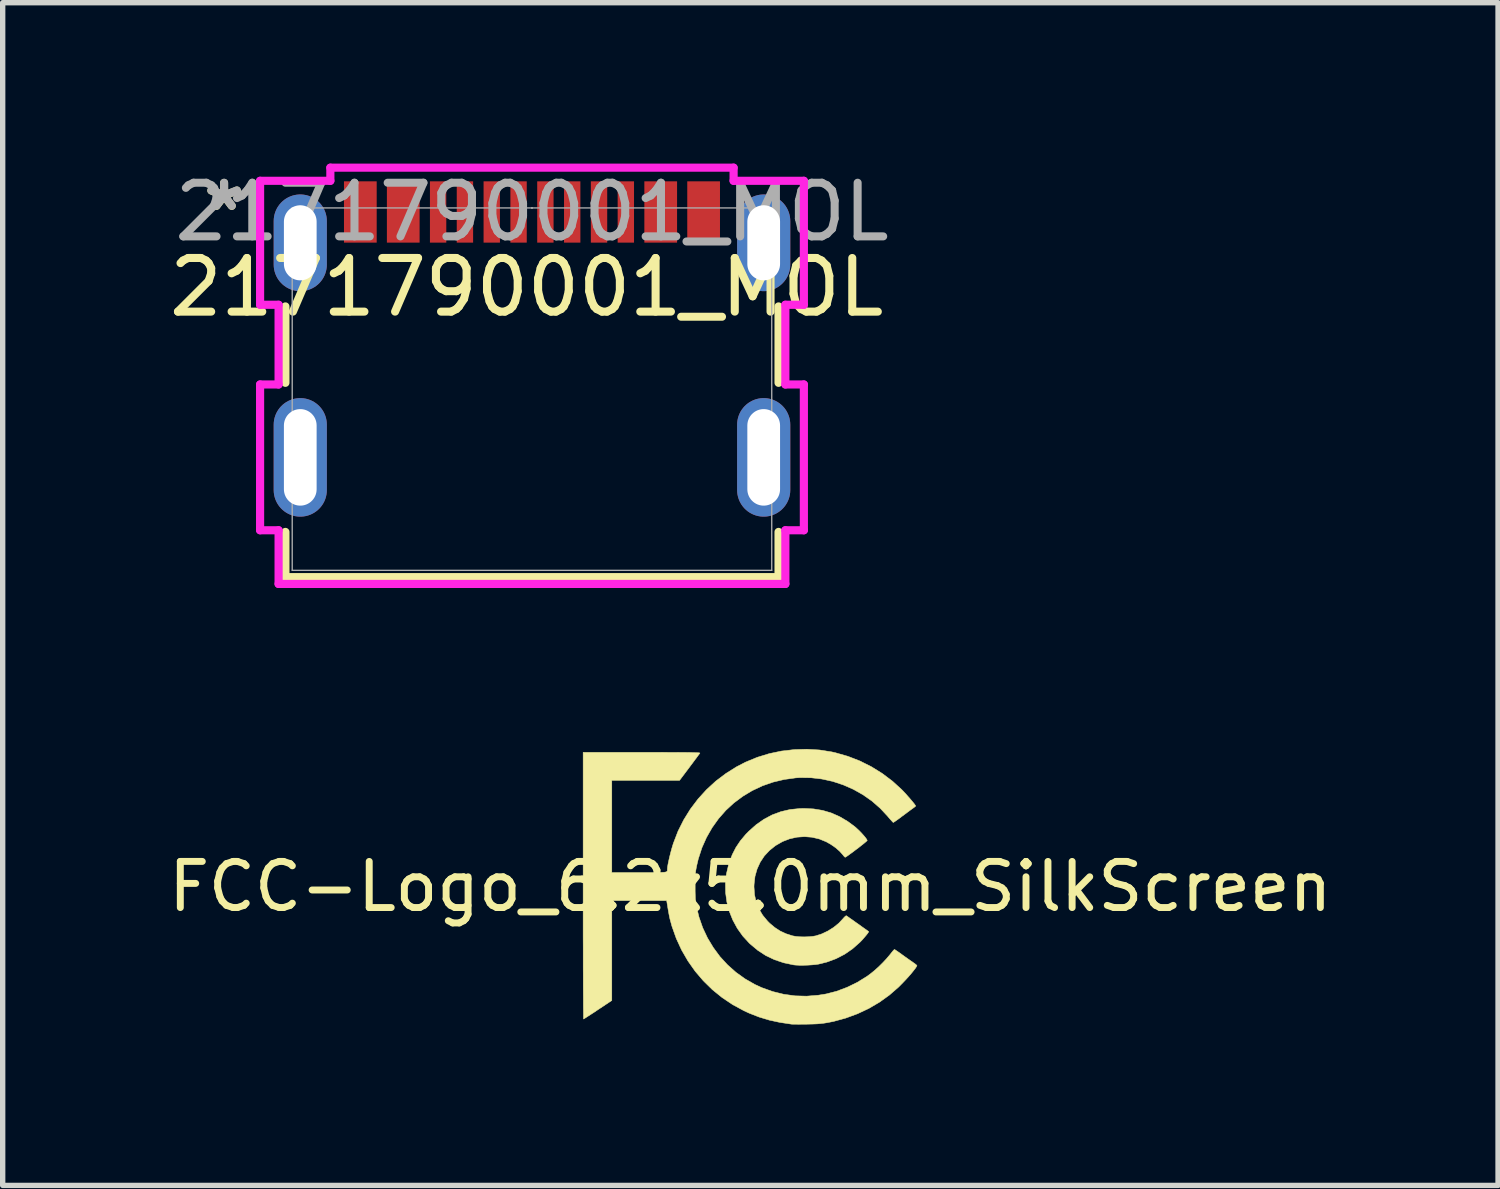
<source format=kicad_pcb>
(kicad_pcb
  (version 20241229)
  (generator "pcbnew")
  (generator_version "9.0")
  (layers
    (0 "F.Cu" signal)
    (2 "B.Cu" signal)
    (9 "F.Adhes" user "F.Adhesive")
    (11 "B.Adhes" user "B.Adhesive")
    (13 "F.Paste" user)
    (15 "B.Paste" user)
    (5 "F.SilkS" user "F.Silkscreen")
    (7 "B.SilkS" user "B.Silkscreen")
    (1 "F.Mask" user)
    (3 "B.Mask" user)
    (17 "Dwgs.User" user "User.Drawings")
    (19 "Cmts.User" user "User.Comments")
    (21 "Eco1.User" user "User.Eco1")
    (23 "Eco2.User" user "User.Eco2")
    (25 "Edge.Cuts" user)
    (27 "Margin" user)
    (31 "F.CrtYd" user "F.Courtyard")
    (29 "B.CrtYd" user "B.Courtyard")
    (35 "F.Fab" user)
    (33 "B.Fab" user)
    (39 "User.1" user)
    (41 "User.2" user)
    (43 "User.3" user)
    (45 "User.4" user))
  (footprint "2171790001_MOL"
    (layer "F.Cu")
    (at 6.868 4.205)
    (property "Reference" "2171790001_MOL" (at -0.1 -1.9 0) (unlocked yes) (layer "F.SilkS") (effects (font (size 1 1) (thickness 0.15))))
    (attr smd)
    (fp_line (start -4.597 -1.542) (end -4.597 -0.118) (stroke (width 0.152) (type solid)) (layer "F.SilkS"))
    (fp_line (start -4.597 2.662) (end -4.597 3.505) (stroke (width 0.152) (type solid)) (layer "F.SilkS"))
    (fp_line (start -4.597 3.505) (end 4.597 3.505) (stroke (width 0.152) (type solid)) (layer "F.SilkS"))
    (fp_line (start 4.597 -0.118) (end 4.597 -1.542) (stroke (width 0.152) (type solid)) (layer "F.SilkS"))
    (fp_line (start 4.597 3.505) (end 4.597 2.662) (stroke (width 0.152) (type solid)) (layer "F.SilkS"))
    (fp_line (start -5.069 -3.884) (end -5.069 -1.573) (stroke (width 0.152) (type solid)) (layer "F.CrtYd"))
    (fp_line (start -5.069 -1.573) (end -4.724 -1.573) (stroke (width 0.152) (type solid)) (layer "F.CrtYd"))
    (fp_line (start -5.069 -0.087) (end -5.069 2.631) (stroke (width 0.152) (type solid)) (layer "F.CrtYd"))
    (fp_line (start -5.069 2.631) (end -4.724 2.631) (stroke (width 0.152) (type solid)) (layer "F.CrtYd"))
    (fp_line (start -4.724 -1.573) (end -4.724 -0.087) (stroke (width 0.152) (type solid)) (layer "F.CrtYd"))
    (fp_line (start -4.724 -0.087) (end -5.069 -0.087) (stroke (width 0.152) (type solid)) (layer "F.CrtYd"))
    (fp_line (start -4.724 2.631) (end -4.724 3.632) (stroke (width 0.152) (type solid)) (layer "F.CrtYd"))
    (fp_line (start -4.724 3.632) (end 4.724 3.632) (stroke (width 0.152) (type solid)) (layer "F.CrtYd"))
    (fp_line (start -3.759 -4.129) (end -3.759 -3.884) (stroke (width 0.152) (type solid)) (layer "F.CrtYd"))
    (fp_line (start -3.759 -3.884) (end -5.069 -3.884) (stroke (width 0.152) (type solid)) (layer "F.CrtYd"))
    (fp_line (start 3.759 -4.129) (end -3.759 -4.129) (stroke (width 0.152) (type solid)) (layer "F.CrtYd"))
    (fp_line (start 3.759 -3.884) (end 3.759 -4.129) (stroke (width 0.152) (type solid)) (layer "F.CrtYd"))
    (fp_line (start 4.724 -1.573) (end 5.069 -1.573) (stroke (width 0.152) (type solid)) (layer "F.CrtYd"))
    (fp_line (start 4.724 -0.087) (end 4.724 -1.573) (stroke (width 0.152) (type solid)) (layer "F.CrtYd"))
    (fp_line (start 4.724 2.631) (end 5.069 2.631) (stroke (width 0.152) (type solid)) (layer "F.CrtYd"))
    (fp_line (start 4.724 3.632) (end 4.724 2.631) (stroke (width 0.152) (type solid)) (layer "F.CrtYd"))
    (fp_line (start 5.069 -3.884) (end 3.759 -3.884) (stroke (width 0.152) (type solid)) (layer "F.CrtYd"))
    (fp_line (start 5.069 -1.573) (end 5.069 -3.884) (stroke (width 0.152) (type solid)) (layer "F.CrtYd"))
    (fp_line (start 5.069 -0.087) (end 4.724 -0.087) (stroke (width 0.152) (type solid)) (layer "F.CrtYd"))
    (fp_line (start 5.069 2.631) (end 5.069 -0.087) (stroke (width 0.152) (type solid)) (layer "F.CrtYd"))
    (fp_line (start -4.47 -3.378) (end -4.47 3.378) (stroke (width 0.025) (type solid)) (layer "F.Fab"))
    (fp_line (start -4.47 3.378) (end 4.47 3.378) (stroke (width 0.025) (type solid)) (layer "F.Fab"))
    (fp_line (start 0 -3.378) (end 0 -3.378) (stroke (width 0.025) (type solid)) (layer "F.Fab"))
    (fp_line (start 0 -3.378) (end 0 -3.378) (stroke (width 0.025) (type solid)) (layer "F.Fab"))
    (fp_line (start 0 -3.378) (end 0 -3.378) (stroke (width 0.025) (type solid)) (layer "F.Fab"))
    (fp_line (start 0 -3.378) (end 0 -3.378) (stroke (width 0.025) (type solid)) (layer "F.Fab"))
    (fp_line (start 4.47 -3.378) (end -4.47 -3.378) (stroke (width 0.025) (type solid)) (layer "F.Fab"))
    (fp_line (start 4.47 3.378) (end 4.47 -3.378) (stroke (width 0.025) (type solid)) (layer "F.Fab"))
    (fp_text user "*" (at -5.74 -3.3 0) (unlocked yes) (layer "F.SilkS") (effects (font (size 1 1) (thickness 0.15))))
    (fp_text user "*" (at -5.74 -3.303 0) (layer "F.Fab") (effects (font (size 1 1) (thickness 0.15))))
    (fp_text user "${REFERENCE}" (at 0 -3.303 0) (unlocked yes) (layer "F.Fab") (effects (font (size 1 1) (thickness 0.15))))
    (pad "13" thru_hole oval (at -4.32 1.272) (size 0.991 2.21) (drill oval 0.61 1.8) (layers "*.Cu" "*.Mask"))
    (pad "14" thru_hole oval (at 4.32 1.272) (size 0.991 2.21) (drill oval 0.61 1.8) (layers "*.Cu" "*.Mask"))
    (pad "15" thru_hole oval (at -4.32 -2.728) (size 0.991 1.803) (drill oval 0.61 1.4) (layers "*.Cu" "*.Mask"))
    (pad "16" thru_hole oval (at 4.32 -2.728) (size 0.991 1.803) (drill oval 0.61 1.4) (layers "*.Cu" "*.Mask"))
    (pad "A1/B12" smd rect (at -3.2 -3.303) (size 0.61 1.143) (layers "F.Cu" "F.Mask" "F.Paste"))
    (pad "A4/B9" smd rect (at -2.4 -3.303) (size 0.61 1.143) (layers "F.Cu" "F.Mask" "F.Paste"))
    (pad "A5" smd rect (at -1.25 -3.303) (size 0.305 1.143) (layers "F.Cu" "F.Mask" "F.Paste"))
    (pad "A6" smd rect (at -0.25 -3.303) (size 0.305 1.143) (layers "F.Cu" "F.Mask" "F.Paste"))
    (pad "A7" smd rect (at 0.25 -3.303) (size 0.305 1.143) (layers "F.Cu" "F.Mask" "F.Paste"))
    (pad "A8" smd rect (at 1.25 -3.303) (size 0.305 1.143) (layers "F.Cu" "F.Mask" "F.Paste"))
    (pad "B1/A12" smd rect (at 3.2 -3.303) (size 0.61 1.143) (layers "F.Cu" "F.Mask" "F.Paste"))
    (pad "B4/A9" smd rect (at 2.4 -3.303) (size 0.61 1.143) (layers "F.Cu" "F.Mask" "F.Paste"))
    (pad "B5" smd rect (at 1.75 -3.303) (size 0.305 1.143) (layers "F.Cu" "F.Mask" "F.Paste"))
    (pad "B6" smd rect (at 0.75 -3.303) (size 0.305 1.143) (layers "F.Cu" "F.Mask" "F.Paste"))
    (pad "B7" smd rect (at -0.75 -3.303) (size 0.305 1.143) (layers "F.Cu" "F.Mask" "F.Paste"))
    (pad "B8" smd rect (at -1.75 -3.303) (size 0.305 1.143) (layers "F.Cu" "F.Mask" "F.Paste")))
  (footprint "FCC-Logo_6.2x5.0mm_SilkScreen"
    (layer "F.Cu")
    (at 10.939 13.479)
    (property "Reference" "FCC-Logo_6.2x5.0mm_SilkScreen" (at 0 0 0) (layer "F.SilkS") (effects (font (size 0.86 0.86) (thickness 0.129))))
    (attr exclude_from_pos_files exclude_from_bom)
    (fp_poly (pts (xy 1.18 -1.448) (xy 1.349 -1.42) (xy 1.51 -1.372) (xy 1.664 -1.304) (xy 1.815 -1.215) (xy 1.948 -1.117) (xy 1.988 -1.081) (xy 2.032 -1.04) (xy 2.075 -0.995) (xy 2.114 -0.952) (xy 2.147 -0.912) (xy 2.169 -0.881) (xy 2.179 -0.861) (xy 2.179 -0.86) (xy 2.17 -0.849) (xy 2.146 -0.828) (xy 2.11 -0.798) (xy 2.065 -0.763) (xy 2.015 -0.723) (xy 1.961 -0.683) (xy 1.909 -0.643) (xy 1.86 -0.608) (xy 1.819 -0.578) (xy 1.788 -0.557) (xy 1.77 -0.547) (xy 1.768 -0.546) (xy 1.756 -0.555) (xy 1.736 -0.577) (xy 1.724 -0.593) (xy 1.665 -0.659) (xy 1.589 -0.725) (xy 1.5 -0.787) (xy 1.415 -0.835) (xy 1.285 -0.888) (xy 1.148 -0.92) (xy 1.009 -0.931) (xy 0.869 -0.921) (xy 0.731 -0.89) (xy 0.599 -0.839) (xy 0.598 -0.838) (xy 0.469 -0.764) (xy 0.357 -0.674) (xy 0.261 -0.571) (xy 0.184 -0.455) (xy 0.126 -0.328) (xy 0.087 -0.191) (xy 0.07 -0.046) (xy 0.068 0.003) (xy 0.078 0.151) (xy 0.108 0.288) (xy 0.159 0.416) (xy 0.231 0.535) (xy 0.323 0.646) (xy 0.361 0.684) (xy 0.458 0.765) (xy 0.557 0.829) (xy 0.667 0.88) (xy 0.786 0.918) (xy 0.847 0.929) (xy 0.922 0.936) (xy 1.005 0.938) (xy 1.088 0.935) (xy 1.164 0.928) (xy 1.222 0.918) (xy 1.335 0.881) (xy 1.448 0.827) (xy 1.554 0.76) (xy 1.649 0.683) (xy 1.719 0.608) (xy 1.751 0.572) (xy 1.776 0.549) (xy 1.79 0.543) (xy 1.791 0.544) (xy 1.803 0.552) (xy 1.83 0.571) (xy 1.868 0.598) (xy 1.916 0.631) (xy 1.968 0.669) (xy 2.023 0.707) (xy 2.075 0.745) (xy 2.123 0.779) (xy 2.163 0.807) (xy 2.192 0.828) (xy 2.206 0.838) (xy 2.206 0.838) (xy 2.203 0.849) (xy 2.187 0.873) (xy 2.161 0.906) (xy 2.128 0.945) (xy 2.092 0.987) (xy 2.054 1.027) (xy 2.041 1.04) (xy 1.905 1.16) (xy 1.757 1.262) (xy 1.596 1.345) (xy 1.425 1.408) (xy 1.271 1.446) (xy 1.216 1.454) (xy 1.146 1.46) (xy 1.068 1.465) (xy 0.988 1.467) (xy 0.913 1.467) (xy 0.848 1.464) (xy 0.808 1.46) (xy 0.623 1.421) (xy 0.45 1.363) (xy 0.288 1.286) (xy 0.138 1.188) (xy -0.003 1.07) (xy -0.019 1.055) (xy -0.141 0.922) (xy -0.244 0.777) (xy -0.328 0.622) (xy -0.393 0.459) (xy -0.437 0.29) (xy -0.461 0.117) (xy -0.464 -0.059) (xy -0.446 -0.235) (xy -0.405 -0.41) (xy -0.393 -0.449) (xy -0.337 -0.596) (xy -0.269 -0.729) (xy -0.186 -0.853) (xy -0.085 -0.974) (xy -0.03 -1.03) (xy 0.109 -1.154) (xy 0.255 -1.256) (xy 0.408 -1.337) (xy 0.57 -1.397) (xy 0.742 -1.437) (xy 0.922 -1.455) (xy 1.001 -1.457) (xy 1.18 -1.448)) (stroke (width 0.009) (type solid)) (fill yes) (layer "F.SilkS"))
    (fp_poly (pts (xy 1.287 -2.547) (xy 1.517 -2.511) (xy 1.587 -2.495) (xy 1.818 -2.429) (xy 2.042 -2.342) (xy 2.256 -2.235) (xy 2.459 -2.109) (xy 2.65 -1.965) (xy 2.821 -1.809) (xy 2.858 -1.771) (xy 2.899 -1.727) (xy 2.941 -1.679) (xy 2.983 -1.631) (xy 3.021 -1.586) (xy 3.052 -1.548) (xy 3.073 -1.519) (xy 3.083 -1.503) (xy 3.083 -1.502) (xy 3.074 -1.493) (xy 3.052 -1.475) (xy 3.035 -1.463) (xy 3.009 -1.444) (xy 2.97 -1.416) (xy 2.921 -1.379) (xy 2.867 -1.339) (xy 2.83 -1.312) (xy 2.779 -1.273) (xy 2.733 -1.24) (xy 2.697 -1.215) (xy 2.673 -1.199) (xy 2.665 -1.195) (xy 2.655 -1.203) (xy 2.634 -1.226) (xy 2.604 -1.259) (xy 2.568 -1.301) (xy 2.562 -1.309) (xy 2.422 -1.459) (xy 2.268 -1.594) (xy 2.1 -1.712) (xy 1.921 -1.813) (xy 1.732 -1.896) (xy 1.536 -1.961) (xy 1.336 -2.005) (xy 1.132 -2.029) (xy 0.927 -2.032) (xy 0.847 -2.027) (xy 0.631 -1.997) (xy 0.422 -1.947) (xy 0.224 -1.878) (xy 0.035 -1.789) (xy -0.141 -1.683) (xy -0.306 -1.56) (xy -0.457 -1.421) (xy -0.593 -1.266) (xy -0.713 -1.098) (xy -0.817 -0.916) (xy -0.903 -0.723) (xy -0.97 -0.517) (xy -0.998 -0.399) (xy -1.008 -0.349) (xy -1.016 -0.305) (xy -1.022 -0.263) (xy -1.025 -0.217) (xy -1.028 -0.164) (xy -1.029 -0.098) (xy -1.029 -0.014) (xy -1.029 -0.006) (xy -1.029 0.089) (xy -1.027 0.165) (xy -1.025 0.227) (xy -1.02 0.28) (xy -1.014 0.327) (xy -1.008 0.358) (xy -0.958 0.567) (xy -0.888 0.768) (xy -0.798 0.959) (xy -0.69 1.138) (xy -0.566 1.306) (xy -0.425 1.459) (xy -0.269 1.598) (xy -0.099 1.72) (xy 0.084 1.825) (xy 0.212 1.884) (xy 0.416 1.957) (xy 0.623 2.008) (xy 0.834 2.037) (xy 1.048 2.043) (xy 1.263 2.026) (xy 1.413 2.002) (xy 1.61 1.951) (xy 1.804 1.878) (xy 1.993 1.786) (xy 2.173 1.675) (xy 2.245 1.622) (xy 2.315 1.565) (xy 2.392 1.496) (xy 2.468 1.421) (xy 2.539 1.345) (xy 2.599 1.274) (xy 2.612 1.258) (xy 2.641 1.221) (xy 2.665 1.192) (xy 2.682 1.175) (xy 2.686 1.172) (xy 2.698 1.178) (xy 2.725 1.196) (xy 2.763 1.222) (xy 2.809 1.254) (xy 2.824 1.266) (xy 2.88 1.306) (xy 2.936 1.346) (xy 2.987 1.382) (xy 3.027 1.409) (xy 3.029 1.411) (xy 3.065 1.436) (xy 3.091 1.457) (xy 3.105 1.47) (xy 3.106 1.472) (xy 3.098 1.491) (xy 3.077 1.523) (xy 3.044 1.566) (xy 3.002 1.618) (xy 2.953 1.675) (xy 2.898 1.735) (xy 2.841 1.795) (xy 2.784 1.853) (xy 2.763 1.874) (xy 2.593 2.022) (xy 2.408 2.155) (xy 2.209 2.272) (xy 1.998 2.371) (xy 1.778 2.452) (xy 1.551 2.514) (xy 1.434 2.537) (xy 1.372 2.547) (xy 1.31 2.554) (xy 1.242 2.56) (xy 1.164 2.563) (xy 1.069 2.565) (xy 1.047 2.566) (xy 0.972 2.566) (xy 0.902 2.567) (xy 0.842 2.566) (xy 0.796 2.566) (xy 0.767 2.565) (xy 0.762 2.564) (xy 0.549 2.532) (xy 0.351 2.489) (xy 0.163 2.432) (xy -0.019 2.361) (xy -0.119 2.315) (xy -0.328 2.202) (xy -0.525 2.07) (xy -0.708 1.922) (xy -0.876 1.757) (xy -1.028 1.579) (xy -1.164 1.386) (xy -1.282 1.182) (xy -1.381 0.967) (xy -1.461 0.742) (xy -1.49 0.637) (xy -1.499 0.603) (xy -1.507 0.568) (xy -1.515 0.527) (xy -1.524 0.478) (xy -1.535 0.415) (xy -1.548 0.335) (xy -1.554 0.299) (xy -1.56 0.262) (xy -2.583 0.262) (xy -2.583 2.124) (xy -2.842 2.296) (xy -2.91 2.342) (xy -2.972 2.382) (xy -3.026 2.417) (xy -3.068 2.444) (xy -3.096 2.462) (xy -3.109 2.469) (xy -3.109 2.469) (xy -3.11 2.458) (xy -3.111 2.425) (xy -3.111 2.371) (xy -3.112 2.298) (xy -3.113 2.206) (xy -3.113 2.096) (xy -3.114 1.97) (xy -3.115 1.829) (xy -3.115 1.672) (xy -3.116 1.503) (xy -3.116 1.321) (xy -3.116 1.127) (xy -3.117 0.923) (xy -3.117 0.71) (xy -3.117 0.489) (xy -3.117 0.26) (xy -3.117 0.025) (xy -3.117 -0.017) (xy -3.117 -2.503) (xy -2.024 -2.503) (xy -1.836 -2.503) (xy -1.67 -2.503) (xy -1.523 -2.502) (xy -1.397 -2.502) (xy -1.288 -2.501) (xy -1.197 -2.501) (xy -1.121 -2.5) (xy -1.061 -2.498) (xy -1.014 -2.497) (xy -0.979 -2.495) (xy -0.956 -2.494) (xy -0.944 -2.491) (xy -0.94 -2.489) (xy -0.94 -2.489) (xy -0.949 -2.476) (xy -0.97 -2.448) (xy -1 -2.407) (xy -1.039 -2.355) (xy -1.084 -2.294) (xy -1.133 -2.229) (xy -1.134 -2.227) (xy -1.32 -1.98) (xy -2.583 -1.98) (xy -2.583 -0.262) (xy -2.072 -0.262) (xy -1.949 -0.262) (xy -1.847 -0.262) (xy -1.763 -0.262) (xy -1.697 -0.263) (xy -1.646 -0.265) (xy -1.608 -0.267) (xy -1.581 -0.271) (xy -1.563 -0.277) (xy -1.553 -0.284) (xy -1.548 -0.293) (xy -1.547 -0.305) (xy -1.547 -0.319) (xy -1.547 -0.327) (xy -1.544 -0.363) (xy -1.535 -0.417) (xy -1.521 -0.484) (xy -1.504 -0.559) (xy -1.484 -0.638) (xy -1.463 -0.715) (xy -1.441 -0.788) (xy -1.433 -0.812) (xy -1.348 -1.033) (xy -1.242 -1.244) (xy -1.118 -1.444) (xy -0.976 -1.632) (xy -0.817 -1.807) (xy -0.644 -1.966) (xy -0.455 -2.109) (xy -0.254 -2.235) (xy -0.087 -2.321) (xy 0.129 -2.41) (xy 0.354 -2.479) (xy 0.584 -2.527) (xy 0.818 -2.554) (xy 1.053 -2.561) (xy 1.287 -2.547)) (stroke (width 0.009) (type solid)) (fill yes) (layer "F.SilkS")))
  (gr_rect
    (start -3 -3)
    (end 24.879 19.05)
    (stroke (width 0.1) (type default))
    (fill no)
    (layer "Edge.Cuts")))
</source>
